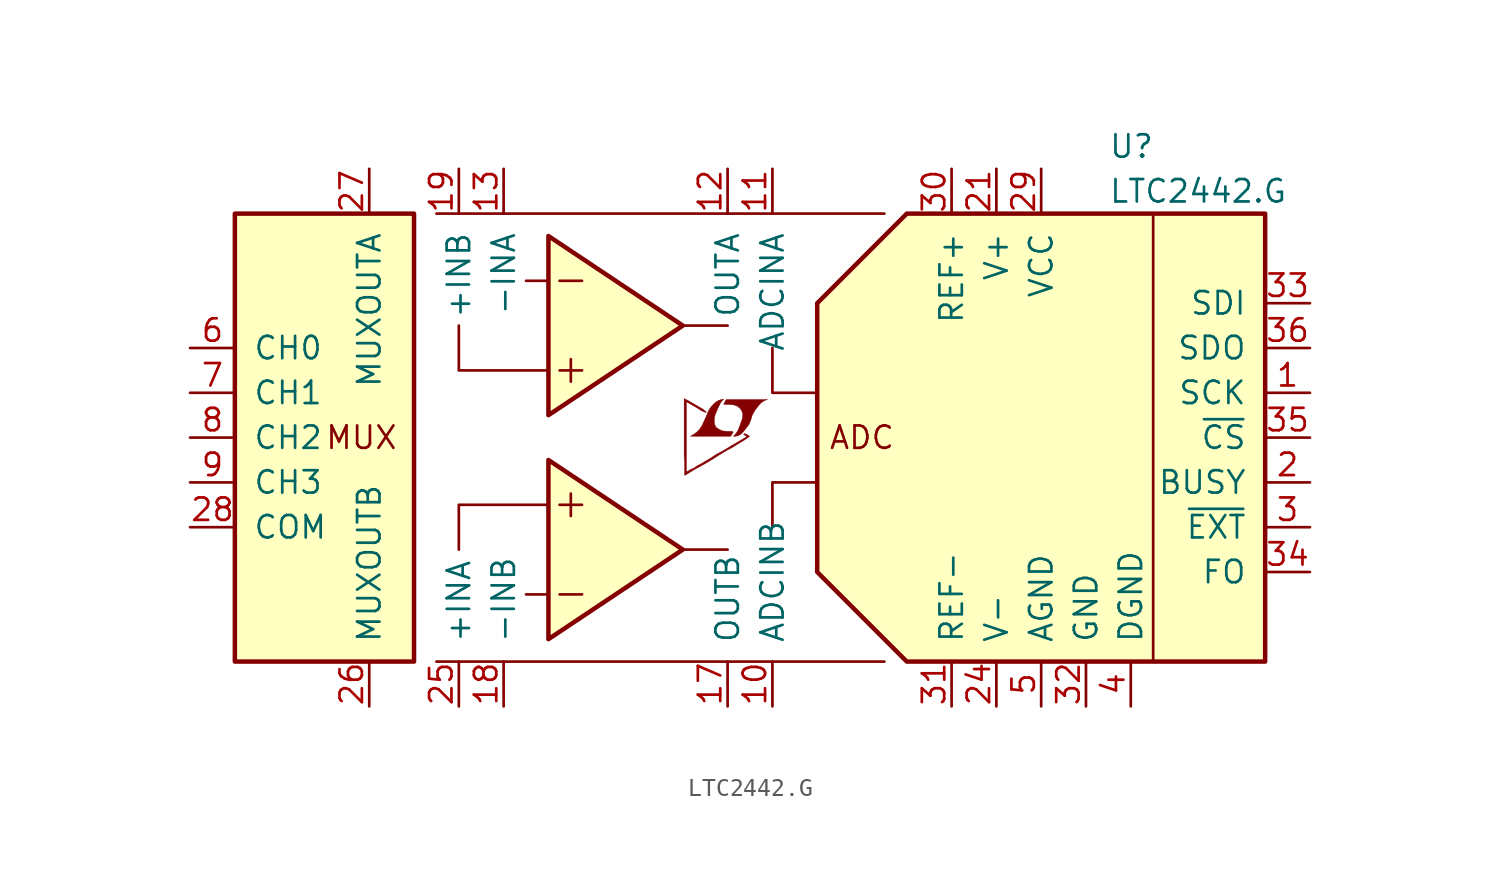
<source format=kicad_sym>
(kicad_symbol_lib
  (version 20201005)
  (generator kicad_symbol_editor)
  (symbol "LTC2442.G"
    (pin_names
      (offset 1.016))
    (property "Reference" "U"
      (at 19.05 16.51 0)
      (effects (font (size 1.27 1.27)) (justify left)))
    (property "Value" "LTC2442.G"
      (at 19.05 13.97 0)
      (effects (font (size 1.27 1.27)) (justify left)))
    (symbol "LTC2442.G_0_0"
      (text "ADC" (at 5.08 0 0) (effects (font (size 1.27 1.27))))
      (text "MUX" (at -25.4 0 0) (effects (font (size 1.27 1.27)) (justify left)))
      (polyline (pts (xy -1.956 0.102) (xy -1.778 0.203) (xy -1.626 0.356) (xy -1.321 0.762) (xy -1.219 1.016) (xy -1.143 1.27) (xy -0.991 1.549) (xy -0.813 1.778) (xy -0.635 1.981) (xy -0.432 2.108) (xy -0.279 2.159) (xy -2.616 2.159) (xy -2.692 2.032) (xy -2.692 2.007) (xy -2.743 1.93) (xy -2.769 1.905) (xy -2.718 1.88) (xy -2.438 1.88) (xy -2.184 1.854) (xy -1.981 1.778) (xy -1.829 1.651) (xy -1.727 1.499) (xy -1.676 1.321) (xy -1.702 1.092) (xy -1.702 1.067) (xy -1.93 0.457) (xy -2.032 0.279) (xy -2.134 0.152) (xy -2.21 0.076) (xy -2.108 0.076) (xy -1.956 0.102)) (stroke (width 0.025)) (fill (type outline)))
      (polyline (pts (xy -2.311 0.178) (xy -2.286 0.203) (xy -2.235 0.279) (xy -2.235 0.33) (xy -2.286 0.356) (xy -2.591 0.356) (xy -2.845 0.381) (xy -3.048 0.483) (xy -3.2 0.584) (xy -3.277 0.762) (xy -3.302 0.94) (xy -3.277 1.168) (xy -3.277 1.194) (xy -3.226 1.346) (xy -3.073 1.702) (xy -2.921 2.007) (xy -2.845 2.083) (xy -2.769 2.184) (xy -2.896 2.159) (xy -3.048 2.108) (xy -3.251 1.981) (xy -3.429 1.803) (xy -3.581 1.6) (xy -3.708 1.321) (xy -3.708 1.295) (xy -3.861 0.965) (xy -3.988 0.686) (xy -4.14 0.457) (xy -4.293 0.305) (xy -4.47 0.178) (xy -4.648 0.076) (xy -2.362 0.076) (xy -2.311 0.178)) (stroke (width 0.025)) (fill (type outline)))
      (polyline (pts (xy -4.902 -2.108) (xy -4.826 -2.057) (xy -4.699 -1.981) (xy -4.623 -1.93) (xy -4.369 -1.778) (xy -3.81 -1.473) (xy -3.302 -1.168) (xy -3.073 -1.016) (xy -2.896 -0.914) (xy -2.743 -0.813) (xy -2.642 -0.762) (xy -2.565 -0.711) (xy -2.413 -0.635) (xy -2.235 -0.533) (xy -1.829 -0.279) (xy -1.651 -0.178) (xy -1.499 -0.076) (xy -1.397 0) (xy -1.321 0.051) (xy -1.295 0.076) (xy -1.448 0.178) (xy -1.6 0.229) (xy -1.626 0.203) (xy -1.626 0.178) (xy -1.549 0.127) (xy -1.448 0.051) (xy -2.362 -0.483) (xy -2.565 -0.61) (xy -2.87 -0.787) (xy -3.2 -0.965) (xy -3.505 -1.168) (xy -3.81 -1.346) (xy -4.064 -1.499) (xy -4.267 -1.6) (xy -4.445 -1.727) (xy -4.623 -1.803) (xy -4.75 -1.88) (xy -4.851 -1.93) (xy -4.877 -1.956) (xy -4.877 2.032) (xy -4.343 1.727) (xy -4.216 1.651) (xy -4.064 1.549) (xy -3.912 1.473) (xy -3.835 1.448) (xy -3.785 1.422) (xy -3.759 1.422) (xy -3.759 1.473) (xy -3.835 1.524) (xy -3.962 1.626) (xy -4.14 1.727) (xy -4.267 1.803) (xy -4.623 2.007) (xy -4.75 2.083) (xy -5.004 2.21) (xy -5.004 -1.067) (xy -4.978 -1.372) (xy -4.978 -2.134) (xy -4.953 -2.134) (xy -4.902 -2.108)) (stroke (width 0.025)) (fill (type outline))))
    (symbol "LTC2442.G_0_1"
      (polyline (pts (xy -19.05 -12.7) (xy 6.35 -12.7)) (stroke (width 0)) (fill (type none)))
      (polyline (pts (xy -19.05 12.7) (xy 6.35 12.7)) (stroke (width 0)) (fill (type none)))
      (polyline (pts (xy -12.7 -8.89) (xy -13.97 -8.89)) (stroke (width 0)) (fill (type none)))
      (polyline (pts (xy -12.7 8.89) (xy -13.97 8.89)) (stroke (width 0)) (fill (type none)))
      (polyline (pts (xy -12.065 -8.89) (xy -10.795 -8.89)) (stroke (width 0)) (fill (type none)))
      (polyline (pts (xy -12.065 -3.81) (xy -10.795 -3.81)) (stroke (width 0)) (fill (type none)))
      (polyline (pts (xy -12.065 3.81) (xy -10.795 3.81)) (stroke (width 0)) (fill (type none)))
      (polyline (pts (xy -12.065 8.89) (xy -10.795 8.89)) (stroke (width 0)) (fill (type none)))
      (polyline (pts (xy -11.43 -3.175) (xy -11.43 -4.445)) (stroke (width 0)) (fill (type none)))
      (polyline (pts (xy -11.43 4.445) (xy -11.43 3.175)) (stroke (width 0)) (fill (type none)))
      (polyline (pts (xy -5.08 -6.35) (xy -2.54 -6.35)) (stroke (width 0)) (fill (type none)))
      (polyline (pts (xy -5.08 6.35) (xy -2.54 6.35)) (stroke (width 0)) (fill (type none)))
      (polyline (pts (xy 21.59 12.7) (xy 21.59 -12.7)) (stroke (width 0)) (fill (type none)))
      (polyline (pts (xy -12.7 -3.81) (xy -17.78 -3.81) (xy -17.78 -6.35)) (stroke (width 0)) (fill (type none)))
      (polyline (pts (xy -12.7 3.81) (xy -17.78 3.81) (xy -17.78 6.35)) (stroke (width 0)) (fill (type none)))
      (polyline (pts (xy 0 -5.08) (xy 0 -2.54) (xy 2.54 -2.54)) (stroke (width 0)) (fill (type none)))
      (polyline (pts (xy 0 5.08) (xy 0 2.54) (xy 2.54 2.54)) (stroke (width 0)) (fill (type none)))
      (polyline (pts (xy -5.08 -6.35) (xy -12.7 -1.27) (xy -12.7 -11.43) (xy -5.08 -6.35)) (stroke (width 0.254)) (fill (type background)))
      (polyline (pts (xy -5.08 6.35) (xy -12.7 11.43) (xy -12.7 1.27) (xy -5.08 6.35)) (stroke (width 0.254)) (fill (type background)))
      (polyline (pts (xy 2.54 -7.62) (xy 2.54 7.62) (xy 7.62 12.7) (xy 27.94 12.7) (xy 27.94 -12.7) (xy 7.62 -12.7) (xy 2.54 -7.62)) (stroke (width 0.254)) (fill (type background))))
    (symbol "LTC2442.G_1_1"
      (rectangle (start -30.48 12.7) (end -20.32 -12.7) (stroke (width 0.254)) (fill (type background)))
      (pin input line (at 30.48 2.54 180) (length 2.54) (name "SCK" (effects (font (size 1.27 1.27)))) (number "1" (effects (font (size 1.27 1.27)))))
      (pin input line (at 0 -15.24 90) (length 2.54) (name "ADCINB" (effects (font (size 1.27 1.27)))) (number "10" (effects (font (size 1.27 1.27)))))
      (pin input line (at 0 15.24 270) (length 2.54) (name "ADCINA" (effects (font (size 1.27 1.27)))) (number "11" (effects (font (size 1.27 1.27)))))
      (pin output line (at -2.54 15.24 270) (length 2.54) (name "OUTA" (effects (font (size 1.27 1.27)))) (number "12" (effects (font (size 1.27 1.27)))))
      (pin input line (at -15.24 15.24 270) (length 2.54) (name "-INA" (effects (font (size 1.27 1.27)))) (number "13" (effects (font (size 1.27 1.27)))))
      (pin unconnected line (at -10.16 -15.24 90) (length 2.54) hide (name "NC" (effects (font (size 1.27 1.27)))) (number "14" (effects (font (size 1.27 1.27)))))
      (pin unconnected line (at -7.62 -15.24 90) (length 2.54) hide (name "NC" (effects (font (size 1.27 1.27)))) (number "15" (effects (font (size 1.27 1.27)))))
      (pin unconnected line (at -5.08 -15.24 90) (length 2.54) hide (name "NC" (effects (font (size 1.27 1.27)))) (number "16" (effects (font (size 1.27 1.27)))))
      (pin output line (at -2.54 -15.24 90) (length 2.54) (name "OUTB" (effects (font (size 1.27 1.27)))) (number "17" (effects (font (size 1.27 1.27)))))
      (pin input line (at -15.24 -15.24 90) (length 2.54) (name "-INB" (effects (font (size 1.27 1.27)))) (number "18" (effects (font (size 1.27 1.27)))))
      (pin input line (at -17.78 15.24 270) (length 2.54) (name "+INB" (effects (font (size 1.27 1.27)))) (number "19" (effects (font (size 1.27 1.27)))))
      (pin output line (at 30.48 -2.54 180) (length 2.54) (name "BUSY" (effects (font (size 1.27 1.27)))) (number "2" (effects (font (size 1.27 1.27)))))
      (pin unconnected line (at -10.16 15.24 270) (length 2.54) hide (name "NC" (effects (font (size 1.27 1.27)))) (number "20" (effects (font (size 1.27 1.27)))))
      (pin power_in line (at 12.7 15.24 270) (length 2.54) (name "V+" (effects (font (size 1.27 1.27)))) (number "21" (effects (font (size 1.27 1.27)))))
      (pin unconnected line (at -7.62 15.24 270) (length 2.54) hide (name "NC" (effects (font (size 1.27 1.27)))) (number "22" (effects (font (size 1.27 1.27)))))
      (pin unconnected line (at -5.08 15.24 270) (length 2.54) hide (name "NC" (effects (font (size 1.27 1.27)))) (number "23" (effects (font (size 1.27 1.27)))))
      (pin power_in line (at 12.7 -15.24 90) (length 2.54) (name "V-" (effects (font (size 1.27 1.27)))) (number "24" (effects (font (size 1.27 1.27)))))
      (pin input line (at -17.78 -15.24 90) (length 2.54) (name "+INA" (effects (font (size 1.27 1.27)))) (number "25" (effects (font (size 1.27 1.27)))))
      (pin output line (at -22.86 -15.24 90) (length 2.54) (name "MUXOUTB" (effects (font (size 1.27 1.27)))) (number "26" (effects (font (size 1.27 1.27)))))
      (pin output line (at -22.86 15.24 270) (length 2.54) (name "MUXOUTA" (effects (font (size 1.27 1.27)))) (number "27" (effects (font (size 1.27 1.27)))))
      (pin passive line (at -33.02 -5.08 0) (length 2.54) (name "COM" (effects (font (size 1.27 1.27)))) (number "28" (effects (font (size 1.27 1.27)))))
      (pin power_in line (at 15.24 15.24 270) (length 2.54) (name "VCC" (effects (font (size 1.27 1.27)))) (number "29" (effects (font (size 1.27 1.27)))))
      (pin input line (at 30.48 -5.08 180) (length 2.54) (name "~EXT~" (effects (font (size 1.27 1.27)))) (number "3" (effects (font (size 1.27 1.27)))))
      (pin passive line (at 10.16 15.24 270) (length 2.54) (name "REF+" (effects (font (size 1.27 1.27)))) (number "30" (effects (font (size 1.27 1.27)))))
      (pin passive line (at 10.16 -15.24 90) (length 2.54) (name "REF-" (effects (font (size 1.27 1.27)))) (number "31" (effects (font (size 1.27 1.27)))))
      (pin power_in line (at 17.78 -15.24 90) (length 2.54) (name "GND" (effects (font (size 1.27 1.27)))) (number "32" (effects (font (size 1.27 1.27)))))
      (pin input line (at 30.48 7.62 180) (length 2.54) (name "SDI" (effects (font (size 1.27 1.27)))) (number "33" (effects (font (size 1.27 1.27)))))
      (pin input line (at 30.48 -7.62 180) (length 2.54) (name "FO" (effects (font (size 1.27 1.27)))) (number "34" (effects (font (size 1.27 1.27)))))
      (pin input line (at 30.48 0 180) (length 2.54) (name "~CS~" (effects (font (size 1.27 1.27)))) (number "35" (effects (font (size 1.27 1.27)))))
      (pin output line (at 30.48 5.08 180) (length 2.54) (name "SDO" (effects (font (size 1.27 1.27)))) (number "36" (effects (font (size 1.27 1.27)))))
      (pin power_in line (at 20.32 -15.24 90) (length 2.54) (name "DGND" (effects (font (size 1.27 1.27)))) (number "4" (effects (font (size 1.27 1.27)))))
      (pin power_in line (at 15.24 -15.24 90) (length 2.54) (name "AGND" (effects (font (size 1.27 1.27)))) (number "5" (effects (font (size 1.27 1.27)))))
      (pin input line (at -33.02 5.08 0) (length 2.54) (name "CH0" (effects (font (size 1.27 1.27)))) (number "6" (effects (font (size 1.27 1.27)))))
      (pin input line (at -33.02 2.54 0) (length 2.54) (name "CH1" (effects (font (size 1.27 1.27)))) (number "7" (effects (font (size 1.27 1.27)))))
      (pin input line (at -33.02 0 0) (length 2.54) (name "CH2" (effects (font (size 1.27 1.27)))) (number "8" (effects (font (size 1.27 1.27)))))
      (pin input line (at -33.02 -2.54 0) (length 2.54) (name "CH3" (effects (font (size 1.27 1.27)))) (number "9" (effects (font (size 1.27 1.27))))))))
</source>
